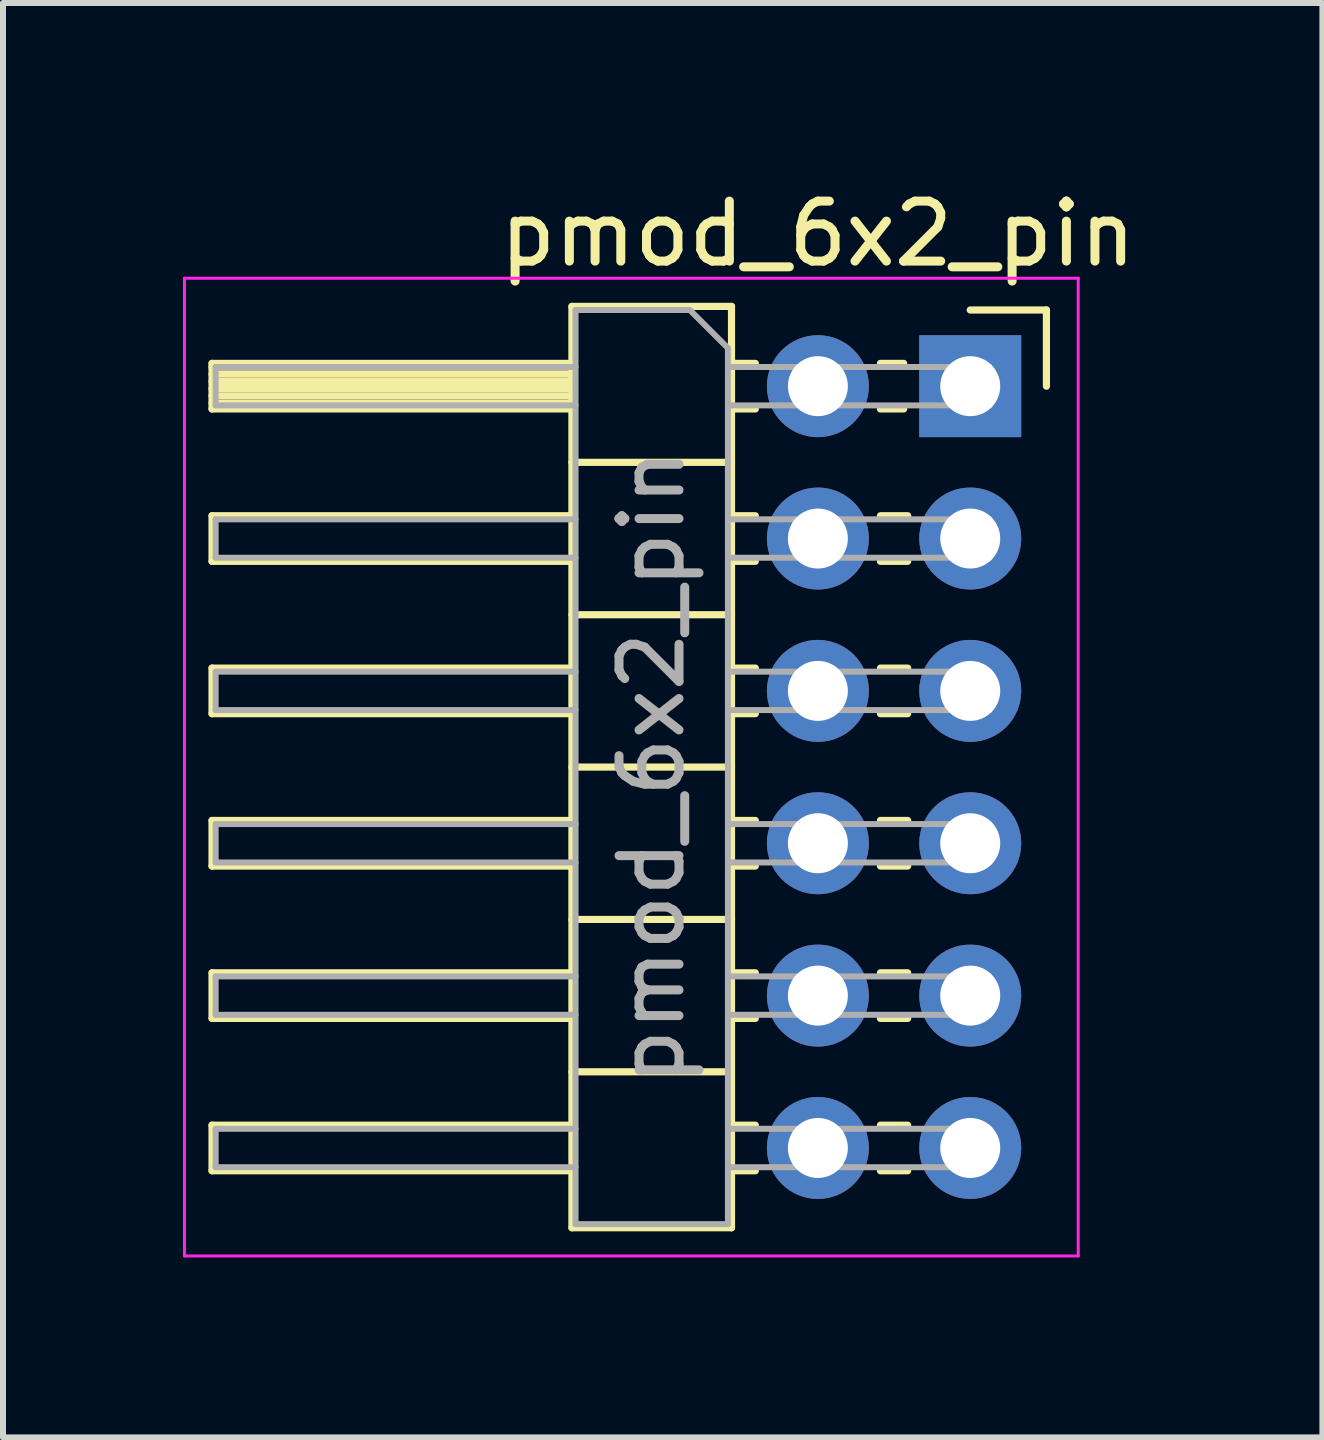
<source format=kicad_pcb>
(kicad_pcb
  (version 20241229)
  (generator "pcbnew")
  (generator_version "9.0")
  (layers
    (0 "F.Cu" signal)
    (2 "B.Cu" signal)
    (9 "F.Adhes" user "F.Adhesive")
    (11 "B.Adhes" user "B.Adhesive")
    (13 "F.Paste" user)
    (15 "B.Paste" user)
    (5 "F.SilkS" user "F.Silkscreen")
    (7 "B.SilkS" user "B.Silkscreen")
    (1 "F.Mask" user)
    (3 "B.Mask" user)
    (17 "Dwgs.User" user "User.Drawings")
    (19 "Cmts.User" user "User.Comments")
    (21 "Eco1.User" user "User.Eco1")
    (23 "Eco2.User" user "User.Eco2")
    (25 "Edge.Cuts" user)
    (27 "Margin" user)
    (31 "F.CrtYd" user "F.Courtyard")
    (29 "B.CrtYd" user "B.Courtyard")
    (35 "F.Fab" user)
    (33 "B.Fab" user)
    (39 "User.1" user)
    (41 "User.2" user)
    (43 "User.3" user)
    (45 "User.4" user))
  (footprint "pmod_6x2_pin"
    (layer "F.Cu")
    (at 13.125 3.388)
    (property "Reference" "pmod_6x2_pin" (at -2.54 -2.54 0) (unlocked yes) (layer "F.SilkS") (effects (font (size 1 1) (thickness 0.15))))
    (attr through_hole)
    (fp_line (start -12.64 -0.38) (end -12.64 0.38) (stroke (width 0.12) (type solid)) (layer "F.SilkS"))
    (fp_line (start -12.64 0.38) (end -6.64 0.38) (stroke (width 0.12) (type solid)) (layer "F.SilkS"))
    (fp_line (start -12.64 2.16) (end -12.64 2.92) (stroke (width 0.12) (type solid)) (layer "F.SilkS"))
    (fp_line (start -12.64 2.92) (end -6.64 2.92) (stroke (width 0.12) (type solid)) (layer "F.SilkS"))
    (fp_line (start -12.64 4.7) (end -12.64 5.46) (stroke (width 0.12) (type solid)) (layer "F.SilkS"))
    (fp_line (start -12.64 5.46) (end -6.64 5.46) (stroke (width 0.12) (type solid)) (layer "F.SilkS"))
    (fp_line (start -12.64 7.24) (end -12.64 8) (stroke (width 0.12) (type solid)) (layer "F.SilkS"))
    (fp_line (start -12.64 8) (end -6.64 8) (stroke (width 0.12) (type solid)) (layer "F.SilkS"))
    (fp_line (start -12.64 9.78) (end -12.64 10.54) (stroke (width 0.12) (type solid)) (layer "F.SilkS"))
    (fp_line (start -12.64 10.54) (end -6.64 10.54) (stroke (width 0.12) (type solid)) (layer "F.SilkS"))
    (fp_line (start -12.64 12.32) (end -12.64 13.08) (stroke (width 0.12) (type solid)) (layer "F.SilkS"))
    (fp_line (start -12.64 13.08) (end -6.64 13.08) (stroke (width 0.12) (type solid)) (layer "F.SilkS"))
    (fp_line (start -6.64 -1.33) (end -3.98 -1.33) (stroke (width 0.12) (type solid)) (layer "F.SilkS"))
    (fp_line (start -6.64 -0.38) (end -12.64 -0.38) (stroke (width 0.12) (type solid)) (layer "F.SilkS"))
    (fp_line (start -6.64 -0.32) (end -12.64 -0.32) (stroke (width 0.12) (type solid)) (layer "F.SilkS"))
    (fp_line (start -6.64 -0.2) (end -12.64 -0.2) (stroke (width 0.12) (type solid)) (layer "F.SilkS"))
    (fp_line (start -6.64 -0.08) (end -12.64 -0.08) (stroke (width 0.12) (type solid)) (layer "F.SilkS"))
    (fp_line (start -6.64 0.04) (end -12.64 0.04) (stroke (width 0.12) (type solid)) (layer "F.SilkS"))
    (fp_line (start -6.64 0.16) (end -12.64 0.16) (stroke (width 0.12) (type solid)) (layer "F.SilkS"))
    (fp_line (start -6.64 0.28) (end -12.64 0.28) (stroke (width 0.12) (type solid)) (layer "F.SilkS"))
    (fp_line (start -6.64 2.16) (end -12.64 2.16) (stroke (width 0.12) (type solid)) (layer "F.SilkS"))
    (fp_line (start -6.64 4.7) (end -12.64 4.7) (stroke (width 0.12) (type solid)) (layer "F.SilkS"))
    (fp_line (start -6.64 7.24) (end -12.64 7.24) (stroke (width 0.12) (type solid)) (layer "F.SilkS"))
    (fp_line (start -6.64 9.78) (end -12.64 9.78) (stroke (width 0.12) (type solid)) (layer "F.SilkS"))
    (fp_line (start -6.64 12.32) (end -12.64 12.32) (stroke (width 0.12) (type solid)) (layer "F.SilkS"))
    (fp_line (start -6.64 14.03) (end -6.64 -1.33) (stroke (width 0.12) (type solid)) (layer "F.SilkS"))
    (fp_line (start -3.98 -1.33) (end -3.98 14.03) (stroke (width 0.12) (type solid)) (layer "F.SilkS"))
    (fp_line (start -3.98 1.27) (end -6.64 1.27) (stroke (width 0.12) (type solid)) (layer "F.SilkS"))
    (fp_line (start -3.98 3.81) (end -6.64 3.81) (stroke (width 0.12) (type solid)) (layer "F.SilkS"))
    (fp_line (start -3.98 6.35) (end -6.64 6.35) (stroke (width 0.12) (type solid)) (layer "F.SilkS"))
    (fp_line (start -3.98 8.89) (end -6.64 8.89) (stroke (width 0.12) (type solid)) (layer "F.SilkS"))
    (fp_line (start -3.98 11.43) (end -6.64 11.43) (stroke (width 0.12) (type solid)) (layer "F.SilkS"))
    (fp_line (start -3.98 14.03) (end -6.64 14.03) (stroke (width 0.12) (type solid)) (layer "F.SilkS"))
    (fp_line (start -3.583 -0.38) (end -3.98 -0.38) (stroke (width 0.12) (type solid)) (layer "F.SilkS"))
    (fp_line (start -3.583 0.38) (end -3.98 0.38) (stroke (width 0.12) (type solid)) (layer "F.SilkS"))
    (fp_line (start -3.583 2.16) (end -3.98 2.16) (stroke (width 0.12) (type solid)) (layer "F.SilkS"))
    (fp_line (start -3.583 2.92) (end -3.98 2.92) (stroke (width 0.12) (type solid)) (layer "F.SilkS"))
    (fp_line (start -3.583 4.7) (end -3.98 4.7) (stroke (width 0.12) (type solid)) (layer "F.SilkS"))
    (fp_line (start -3.583 5.46) (end -3.98 5.46) (stroke (width 0.12) (type solid)) (layer "F.SilkS"))
    (fp_line (start -3.583 7.24) (end -3.98 7.24) (stroke (width 0.12) (type solid)) (layer "F.SilkS"))
    (fp_line (start -3.583 8) (end -3.98 8) (stroke (width 0.12) (type solid)) (layer "F.SilkS"))
    (fp_line (start -3.583 9.78) (end -3.98 9.78) (stroke (width 0.12) (type solid)) (layer "F.SilkS"))
    (fp_line (start -3.583 10.54) (end -3.98 10.54) (stroke (width 0.12) (type solid)) (layer "F.SilkS"))
    (fp_line (start -3.583 12.32) (end -3.98 12.32) (stroke (width 0.12) (type solid)) (layer "F.SilkS"))
    (fp_line (start -3.583 13.08) (end -3.98 13.08) (stroke (width 0.12) (type solid)) (layer "F.SilkS"))
    (fp_line (start -1.11 -0.38) (end -1.497 -0.38) (stroke (width 0.12) (type solid)) (layer "F.SilkS"))
    (fp_line (start -1.11 0.38) (end -1.497 0.38) (stroke (width 0.12) (type solid)) (layer "F.SilkS"))
    (fp_line (start -1.043 2.16) (end -1.497 2.16) (stroke (width 0.12) (type solid)) (layer "F.SilkS"))
    (fp_line (start -1.043 2.92) (end -1.497 2.92) (stroke (width 0.12) (type solid)) (layer "F.SilkS"))
    (fp_line (start -1.043 4.7) (end -1.497 4.7) (stroke (width 0.12) (type solid)) (layer "F.SilkS"))
    (fp_line (start -1.043 5.46) (end -1.497 5.46) (stroke (width 0.12) (type solid)) (layer "F.SilkS"))
    (fp_line (start -1.043 7.24) (end -1.497 7.24) (stroke (width 0.12) (type solid)) (layer "F.SilkS"))
    (fp_line (start -1.043 8) (end -1.497 8) (stroke (width 0.12) (type solid)) (layer "F.SilkS"))
    (fp_line (start -1.043 9.78) (end -1.497 9.78) (stroke (width 0.12) (type solid)) (layer "F.SilkS"))
    (fp_line (start -1.043 10.54) (end -1.497 10.54) (stroke (width 0.12) (type solid)) (layer "F.SilkS"))
    (fp_line (start -1.043 12.32) (end -1.497 12.32) (stroke (width 0.12) (type solid)) (layer "F.SilkS"))
    (fp_line (start -1.043 13.08) (end -1.497 13.08) (stroke (width 0.12) (type solid)) (layer "F.SilkS"))
    (fp_line (start 1.27 -1.27) (end 0 -1.27) (stroke (width 0.12) (type solid)) (layer "F.SilkS"))
    (fp_line (start 1.27 0) (end 1.27 -1.27) (stroke (width 0.12) (type solid)) (layer "F.SilkS"))
    (fp_line (start -13.1 -1.8) (end 1.8 -1.8) (stroke (width 0.05) (type solid)) (layer "F.CrtYd"))
    (fp_line (start -13.1 14.5) (end -13.1 -1.8) (stroke (width 0.05) (type solid)) (layer "F.CrtYd"))
    (fp_line (start 1.8 -1.8) (end 1.8 14.5) (stroke (width 0.05) (type solid)) (layer "F.CrtYd"))
    (fp_line (start 1.8 14.5) (end -13.1 14.5) (stroke (width 0.05) (type solid)) (layer "F.CrtYd"))
    (fp_line (start -12.58 -0.32) (end -12.58 0.32) (stroke (width 0.1) (type solid)) (layer "F.Fab"))
    (fp_line (start -12.58 2.22) (end -12.58 2.86) (stroke (width 0.1) (type solid)) (layer "F.Fab"))
    (fp_line (start -12.58 4.76) (end -12.58 5.4) (stroke (width 0.1) (type solid)) (layer "F.Fab"))
    (fp_line (start -12.58 7.3) (end -12.58 7.94) (stroke (width 0.1) (type solid)) (layer "F.Fab"))
    (fp_line (start -12.58 9.84) (end -12.58 10.48) (stroke (width 0.1) (type solid)) (layer "F.Fab"))
    (fp_line (start -12.58 12.38) (end -12.58 13.02) (stroke (width 0.1) (type solid)) (layer "F.Fab"))
    (fp_line (start -6.58 -1.27) (end -6.58 13.97) (stroke (width 0.1) (type solid)) (layer "F.Fab"))
    (fp_line (start -6.58 -0.32) (end -12.58 -0.32) (stroke (width 0.1) (type solid)) (layer "F.Fab"))
    (fp_line (start -6.58 0.32) (end -12.58 0.32) (stroke (width 0.1) (type solid)) (layer "F.Fab"))
    (fp_line (start -6.58 2.22) (end -12.58 2.22) (stroke (width 0.1) (type solid)) (layer "F.Fab"))
    (fp_line (start -6.58 2.86) (end -12.58 2.86) (stroke (width 0.1) (type solid)) (layer "F.Fab"))
    (fp_line (start -6.58 4.76) (end -12.58 4.76) (stroke (width 0.1) (type solid)) (layer "F.Fab"))
    (fp_line (start -6.58 5.4) (end -12.58 5.4) (stroke (width 0.1) (type solid)) (layer "F.Fab"))
    (fp_line (start -6.58 7.3) (end -12.58 7.3) (stroke (width 0.1) (type solid)) (layer "F.Fab"))
    (fp_line (start -6.58 7.94) (end -12.58 7.94) (stroke (width 0.1) (type solid)) (layer "F.Fab"))
    (fp_line (start -6.58 9.84) (end -12.58 9.84) (stroke (width 0.1) (type solid)) (layer "F.Fab"))
    (fp_line (start -6.58 10.48) (end -12.58 10.48) (stroke (width 0.1) (type solid)) (layer "F.Fab"))
    (fp_line (start -6.58 12.38) (end -12.58 12.38) (stroke (width 0.1) (type solid)) (layer "F.Fab"))
    (fp_line (start -6.58 13.02) (end -12.58 13.02) (stroke (width 0.1) (type solid)) (layer "F.Fab"))
    (fp_line (start -6.58 13.97) (end -4.04 13.97) (stroke (width 0.1) (type solid)) (layer "F.Fab"))
    (fp_line (start -4.675 -1.27) (end -6.58 -1.27) (stroke (width 0.1) (type solid)) (layer "F.Fab"))
    (fp_line (start -4.04 -0.635) (end -4.675 -1.27) (stroke (width 0.1) (type solid)) (layer "F.Fab"))
    (fp_line (start -4.04 13.97) (end -4.04 -0.635) (stroke (width 0.1) (type solid)) (layer "F.Fab"))
    (fp_line (start 0.32 -0.32) (end -4.04 -0.32) (stroke (width 0.1) (type solid)) (layer "F.Fab"))
    (fp_line (start 0.32 -0.32) (end 0.32 0.32) (stroke (width 0.1) (type solid)) (layer "F.Fab"))
    (fp_line (start 0.32 0.32) (end -4.04 0.32) (stroke (width 0.1) (type solid)) (layer "F.Fab"))
    (fp_line (start 0.32 2.22) (end -4.04 2.22) (stroke (width 0.1) (type solid)) (layer "F.Fab"))
    (fp_line (start 0.32 2.22) (end 0.32 2.86) (stroke (width 0.1) (type solid)) (layer "F.Fab"))
    (fp_line (start 0.32 2.86) (end -4.04 2.86) (stroke (width 0.1) (type solid)) (layer "F.Fab"))
    (fp_line (start 0.32 4.76) (end -4.04 4.76) (stroke (width 0.1) (type solid)) (layer "F.Fab"))
    (fp_line (start 0.32 4.76) (end 0.32 5.4) (stroke (width 0.1) (type solid)) (layer "F.Fab"))
    (fp_line (start 0.32 5.4) (end -4.04 5.4) (stroke (width 0.1) (type solid)) (layer "F.Fab"))
    (fp_line (start 0.32 7.3) (end -4.04 7.3) (stroke (width 0.1) (type solid)) (layer "F.Fab"))
    (fp_line (start 0.32 7.3) (end 0.32 7.94) (stroke (width 0.1) (type solid)) (layer "F.Fab"))
    (fp_line (start 0.32 7.94) (end -4.04 7.94) (stroke (width 0.1) (type solid)) (layer "F.Fab"))
    (fp_line (start 0.32 9.84) (end -4.04 9.84) (stroke (width 0.1) (type solid)) (layer "F.Fab"))
    (fp_line (start 0.32 9.84) (end 0.32 10.48) (stroke (width 0.1) (type solid)) (layer "F.Fab"))
    (fp_line (start 0.32 10.48) (end -4.04 10.48) (stroke (width 0.1) (type solid)) (layer "F.Fab"))
    (fp_line (start 0.32 12.38) (end -4.04 12.38) (stroke (width 0.1) (type solid)) (layer "F.Fab"))
    (fp_line (start 0.32 12.38) (end 0.32 13.02) (stroke (width 0.1) (type solid)) (layer "F.Fab"))
    (fp_line (start 0.32 13.02) (end -4.04 13.02) (stroke (width 0.1) (type solid)) (layer "F.Fab"))
    (fp_text user "${REFERENCE}" (at -5.31 6.35 90) (layer "F.Fab") (effects (font (size 1 1) (thickness 0.15))))
    (pad "1" thru_hole rect (at 0 0) (size 1.7 1.7) (drill 1) (layers "*.Cu" "*.Mask"))
    (pad "2" thru_hole oval (at 0 2.54) (size 1.7 1.7) (drill 1) (layers "*.Cu" "*.Mask"))
    (pad "3" thru_hole oval (at 0 5.08) (size 1.7 1.7) (drill 1) (layers "*.Cu" "*.Mask"))
    (pad "4" thru_hole oval (at 0 7.62) (size 1.7 1.7) (drill 1) (layers "*.Cu" "*.Mask"))
    (pad "5" thru_hole oval (at 0 10.16) (size 1.7 1.7) (drill 1) (layers "*.Cu" "*.Mask"))
    (pad "6" thru_hole oval (at 0 12.7) (size 1.7 1.7) (drill 1) (layers "*.Cu" "*.Mask"))
    (pad "7" thru_hole oval (at -2.54 0) (size 1.7 1.7) (drill 1) (layers "*.Cu" "*.Mask"))
    (pad "8" thru_hole oval (at -2.54 2.54) (size 1.7 1.7) (drill 1) (layers "*.Cu" "*.Mask"))
    (pad "9" thru_hole oval (at -2.54 5.08) (size 1.7 1.7) (drill 1) (layers "*.Cu" "*.Mask"))
    (pad "10" thru_hole oval (at -2.54 7.62) (size 1.7 1.7) (drill 1) (layers "*.Cu" "*.Mask"))
    (pad "11" thru_hole oval (at -2.54 10.16) (size 1.7 1.7) (drill 1) (layers "*.Cu" "*.Mask"))
    (pad "12" thru_hole oval (at -2.54 12.7) (size 1.7 1.7) (drill 1) (layers "*.Cu" "*.Mask")))
  (gr_rect
    (start -3 -3)
    (end 18.996 20.913)
    (stroke (width 0.1) (type default))
    (fill no)
    (layer "Edge.Cuts")))
</source>
